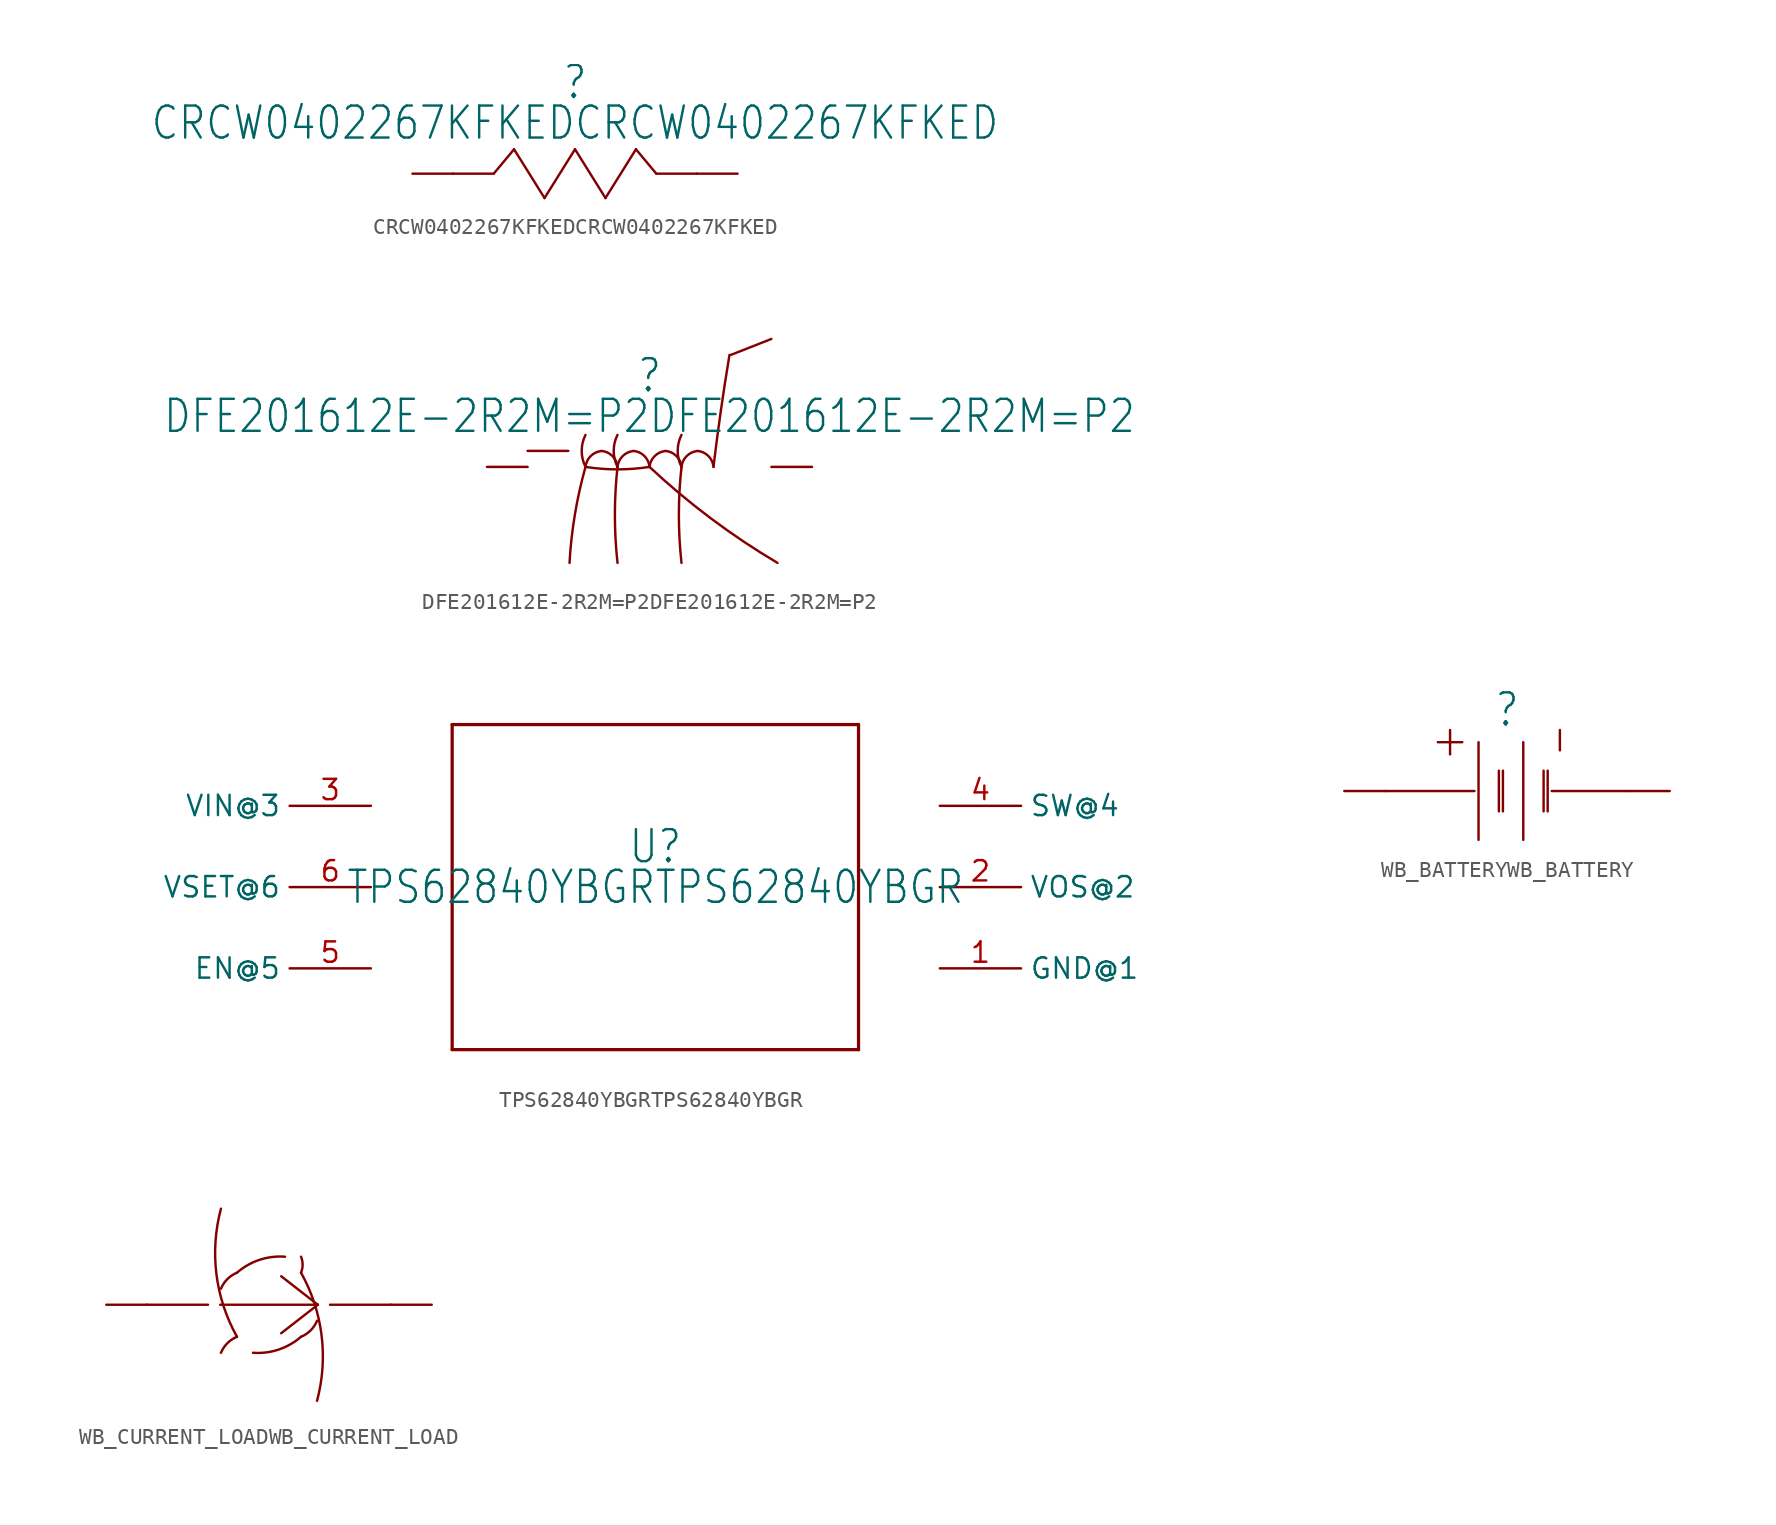
<source format=kicad_sym>
(kicad_symbol_lib
  (version 20211014)
  (generator kicad_symbol_editor)
  (symbol "CRCW0402267KFKEDCRCW0402267KFKED"
    (property "Reference" ""
      (at 0 5.715 0)
      (effects (font (size 2 1.7))))
    (property "Value" "CRCW0402267KFKEDCRCW0402267KFKED"
      (at 0 3.175 0)
      (effects (font (size 2 1.7))))
    (property "ki_locked" ""
      (at 0 0 0)
      (effects (font (size 1.27 1.27))))
    (symbol "CRCW0402267KFKEDCRCW0402267KFKED_1_0"
      (polyline (pts (xy -5.08 0) (xy -7.62 0)) (stroke (width 0.152) (type default) (color 0 0 0 0)) (fill (type none)))
      (polyline (pts (xy -3.81 1.524) (xy -5.08 0)) (stroke (width 0.152) (type default) (color 0 0 0 0)) (fill (type none)))
      (polyline (pts (xy -1.905 -1.524) (xy -3.81 1.524)) (stroke (width 0.152) (type default) (color 0 0 0 0)) (fill (type none)))
      (polyline (pts (xy 0 1.524) (xy -1.905 -1.524)) (stroke (width 0.152) (type default) (color 0 0 0 0)) (fill (type none)))
      (polyline (pts (xy 1.905 -1.524) (xy 0 1.524)) (stroke (width 0.152) (type default) (color 0 0 0 0)) (fill (type none)))
      (polyline (pts (xy 3.81 1.524) (xy 1.905 -1.524)) (stroke (width 0.152) (type default) (color 0 0 0 0)) (fill (type none)))
      (polyline (pts (xy 5.08 0) (xy 3.81 1.524)) (stroke (width 0.152) (type default) (color 0 0 0 0)) (fill (type none)))
      (polyline (pts (xy 7.62 0) (xy 5.08 0)) (stroke (width 0.152) (type default) (color 0 0 0 0)) (fill (type none)))
      (pin passive line (at 7.62 0 0) (length 2.54) (name "1@1" (effects (font (size 0 0)))) (number "1" (effects (font (size 0 0)))))
      (pin passive line (at -7.62 0 180) (length 2.54) (name "2@2" (effects (font (size 0 0)))) (number "2" (effects (font (size 0 0)))))))
  (symbol "DFE201612E-2R2M=P2DFE201612E-2R2M=P2"
    (property "Reference" ""
      (at 0 5.715 0)
      (effects (font (size 2 1.7))))
    (property "Value" "DFE201612E-2R2M=P2DFE201612E-2R2M=P2"
      (at 0 3.175 0)
      (effects (font (size 2 1.7))))
    (property "ki_locked" ""
      (at 0 0 0)
      (effects (font (size 1.27 1.27))))
    (symbol "DFE201612E-2R2M=P2DFE201612E-2R2M=P2_1_0"
      (arc (start -4 0) (mid -4.6635 -2.9728) (end -5 -6) (stroke (width 0.1524) (type default) (color 0 0 0 0)) (fill (type none)))
      (arc (start -3.9999 0) (mid -1.9999 -0.1545) (end 0 0) (stroke (width 0.1524) (type default) (color 0 0 0 0)) (fill (type none)))
      (arc (start -4 1.9999) (mid -4.2376 0.9999) (end -3.9999 0) (stroke (width 0.1524) (type default) (color 0 0 0 0)) (fill (type none)))
      (arc (start -3 0.9999) (mid -3.6785 0.6785) (end -3.9999 0) (stroke (width 0.1524) (type default) (color 0 0 0 0)) (fill (type none)))
      (arc (start -2 0) (mid -2.3192 0.6808) (end -3 1) (stroke (width 0.1524) (type default) (color 0 0 0 0)) (fill (type none)))
      (arc (start -2 0) (mid -2.1634 -3) (end -1.9999 -5.9999) (stroke (width 0.1524) (type default) (color 0 0 0 0)) (fill (type none)))
      (arc (start -2 2) (mid -2.2376 1) (end -2 0) (stroke (width 0.1524) (type default) (color 0 0 0 0)) (fill (type none)))
      (arc (start -0.9999 0.9999) (mid -1.6785 0.6785) (end -2 0) (stroke (width 0.1524) (type default) (color 0 0 0 0)) (fill (type none)))
      (arc (start 0 0) (mid -0.3192 0.6808) (end -1 1) (stroke (width 0.1524) (type default) (color 0 0 0 0)) (fill (type none)))
      (polyline (pts (xy -7.62 1) (xy -5.08 1)) (stroke (width 0.152) (type default) (color 0 0 0 0)) (fill (type none)))
      (polyline (pts (xy 5.08 7) (xy 7.62 8)) (stroke (width 0.152) (type default) (color 0 0 0 0)) (fill (type none)))
      (arc (start 0 0) (mid 3.8365 -3.218) (end 7.9999 -6) (stroke (width 0.1524) (type default) (color 0 0 0 0)) (fill (type none)))
      (arc (start 1 0.9999) (mid 0.3214 0.6786) (end 0 0) (stroke (width 0.1524) (type default) (color 0 0 0 0)) (fill (type none)))
      (arc (start 1.9999 0) (mid 1.6808 0.6808) (end 1 1) (stroke (width 0.1524) (type default) (color 0 0 0 0)) (fill (type none)))
      (arc (start 2 0) (mid 1.8365 -3) (end 1.9999 -6) (stroke (width 0.1524) (type default) (color 0 0 0 0)) (fill (type none)))
      (arc (start 2 1.9999) (mid 1.7623 0.9999) (end 2 0) (stroke (width 0.1524) (type default) (color 0 0 0 0)) (fill (type none)))
      (arc (start 2.0507 -0.1521) (mid 2.0253 -0.1501) (end 1.9999 -0.1521) (stroke (width 0.0001) (type default) (color 0 0 0 0)) (fill (type outline)))
      (arc (start 3 0.9999) (mid 2.3214 0.6786) (end 2 0) (stroke (width 0.1524) (type default) (color 0 0 0 0)) (fill (type none)))
      (arc (start 3.9999 0) (mid 3.6808 0.6808) (end 3 1) (stroke (width 0.1524) (type default) (color 0 0 0 0)) (fill (type none)))
      (arc (start 4.9999 7) (mid 4.4589 3.5059) (end 3.9999 0) (stroke (width 0.1524) (type default) (color 0 0 0 0)) (fill (type none)))
      (pin passive line (at 7.62 0 0) (length 2.54) (name "1@1" (effects (font (size 0 0)))) (number "1" (effects (font (size 0 0)))))
      (pin passive line (at -7.62 0 180) (length 2.54) (name "2@2" (effects (font (size 0 0)))) (number "2" (effects (font (size 0 0)))))))
  (symbol "TPS62840YBGRTPS62840YBGR"
    (property "Reference" "U"
      (at 0 2.54 0)
      (effects (font (size 2 1.7))))
    (property "Value" "TPS62840YBGRTPS62840YBGR"
      (at 0 0 0)
      (effects (font (size 2 1.7))))
    (property "ki_locked" ""
      (at 0 0 0)
      (effects (font (size 1.27 1.27))))
    (symbol "TPS62840YBGRTPS62840YBGR_1_0"
      (polyline (pts (xy -12.7 -10.16) (xy 12.7 -10.16)) (stroke (width 0.203) (type default) (color 0 0 0 0)) (fill (type none)))
      (polyline (pts (xy -12.7 10.16) (xy -12.7 -10.16)) (stroke (width 0.203) (type default) (color 0 0 0 0)) (fill (type none)))
      (polyline (pts (xy 12.7 -10.16) (xy 12.7 10.16)) (stroke (width 0.203) (type default) (color 0 0 0 0)) (fill (type none)))
      (polyline (pts (xy 12.7 10.16) (xy -12.7 10.16)) (stroke (width 0.203) (type default) (color 0 0 0 0)) (fill (type none)))
      (pin power_in line (at 17.78 -5.08 0) (length 5.08) (name "GND@1" (effects (font (size 1.27 1.27)))) (number "1" (effects (font (size 1.27 1.27)))))
      (pin input line (at 17.78 0 0) (length 5.08) (name "VOS@2" (effects (font (size 1.27 1.27)))) (number "2" (effects (font (size 1.27 1.27)))))
      (pin power_in line (at -17.78 5.08 180) (length 5.08) (name "VIN@3" (effects (font (size 1.27 1.27)))) (number "3" (effects (font (size 1.27 1.27)))))
      (pin power_in line (at 17.78 5.08 0) (length 5.08) (name "SW@4" (effects (font (size 1.27 1.27)))) (number "4" (effects (font (size 1.27 1.27)))))
      (pin input line (at -17.78 -5.08 180) (length 5.08) (name "EN@5" (effects (font (size 1.27 1.27)))) (number "5" (effects (font (size 1.27 1.27)))))
      (pin input line (at -17.78 0 180) (length 5.08) (name "VSET@6" (effects (font (size 1.27 1.27)))) (number "6" (effects (font (size 1.27 1.27)))))))
  (symbol "WB_BATTERYWB_BATTERY"
    (property "Reference" ""
      (at 0 5.08 0)
      (effects (font (size 2 1.7))))
    (property "ki_locked" ""
      (at 0 0 0)
      (effects (font (size 1.27 1.27))))
    (symbol "WB_BATTERYWB_BATTERY_1_0"
      (polyline (pts (xy -3.556 2.286) (xy -3.556 3.81)) (stroke (width 0.152) (type default) (color 0 0 0 0)) (fill (type none)))
      (polyline (pts (xy -2.794 3.048) (xy -4.318 3.048)) (stroke (width 0.152) (type default) (color 0 0 0 0)) (fill (type none)))
      (polyline (pts (xy -2.032 0) (xy -7.62 0)) (stroke (width 0.152) (type default) (color 0 0 0 0)) (fill (type none)))
      (polyline (pts (xy -1.778 -3.048) (xy -1.778 3.048)) (stroke (width 0.152) (type default) (color 0 0 0 0)) (fill (type none)))
      (polyline (pts (xy -0.508 -1.27) (xy -0.508 1.27)) (stroke (width 0.152) (type default) (color 0 0 0 0)) (fill (type none)))
      (polyline (pts (xy -0.254 -1.27) (xy -0.254 1.27)) (stroke (width 0.152) (type default) (color 0 0 0 0)) (fill (type none)))
      (polyline (pts (xy 1.016 -3.048) (xy 1.016 3.048)) (stroke (width 0.152) (type default) (color 0 0 0 0)) (fill (type none)))
      (polyline (pts (xy 2.286 -1.27) (xy 2.286 1.27)) (stroke (width 0.152) (type default) (color 0 0 0 0)) (fill (type none)))
      (polyline (pts (xy 2.54 -1.27) (xy 2.54 1.27)) (stroke (width 0.152) (type default) (color 0 0 0 0)) (fill (type none)))
      (polyline (pts (xy 3.302 2.54) (xy 3.302 3.81)) (stroke (width 0.152) (type default) (color 0 0 0 0)) (fill (type none)))
      (polyline (pts (xy 7.62 0) (xy 2.794 0)) (stroke (width 0.152) (type default) (color 0 0 0 0)) (fill (type none)))
      (pin passive line (at -7.62 0 180) (length 2.54) (name "+@1" (effects (font (size 0 0)))) (number "1" (effects (font (size 0 0)))))
      (pin passive line (at 7.62 0 0) (length 2.54) (name "-@2" (effects (font (size 0 0)))) (number "2" (effects (font (size 0 0)))))))
  (symbol "WB_CURRENT_LOADWB_CURRENT_LOAD"
    (property "Reference" ""
      (at 0 0 0)
      (effects (font (size 1.27 1.27)) hide))
    (property "ki_locked" ""
      (at 0 0 0)
      (effects (font (size 1.27 1.27))))
    (symbol "WB_CURRENT_LOADWB_CURRENT_LOAD_1_0"
      (arc (start -3 6) (mid -3.2822 1.9022) (end -1.9999 -2) (stroke (width 0.1524) (type default) (color 0 0 0 0)) (fill (type none)))
      (arc (start -1.9998 -1.9999) (mid -2.5989 -2.4009) (end -2.9999 -3) (stroke (width 0.1524) (type default) (color 0 0 0 0)) (fill (type none)))
      (arc (start -2 1.9999) (mid -2.6007 1.6007) (end -2.9999 0.9999) (stroke (width 0.1524) (type default) (color 0 0 0 0)) (fill (type none)))
      (arc (start -0.9999 -2.9999) (mid 0.6003 -2.8009) (end 1.9999 -1.9999) (stroke (width 0.1524) (type default) (color 0 0 0 0)) (fill (type none)))
      (polyline (pts (xy -3.81 0) (xy -7.62 0)) (stroke (width 0.152) (type default) (color 0 0 0 0)) (fill (type none)))
      (polyline (pts (xy 0.762 -1.778) (xy 3.048 0)) (stroke (width 0.152) (type default) (color 0 0 0 0)) (fill (type none)))
      (polyline (pts (xy 0.762 1.778) (xy 3.048 0)) (stroke (width 0.152) (type default) (color 0 0 0 0)) (fill (type none)))
      (polyline (pts (xy 3.048 0) (xy -3.048 0)) (stroke (width 0.152) (type default) (color 0 0 0 0)) (fill (type none)))
      (polyline (pts (xy 7.62 0) (xy 3.81 0)) (stroke (width 0.152) (type default) (color 0 0 0 0)) (fill (type none)))
      (arc (start 0.9999 2.9999) (mid -0.6003 2.8009) (end -1.9999 1.9999) (stroke (width 0.1524) (type default) (color 0 0 0 0)) (fill (type none)))
      (arc (start 2 -1.9999) (mid 2.6007 -1.6007) (end 2.9999 -0.9999) (stroke (width 0.1524) (type default) (color 0 0 0 0)) (fill (type none)))
      (arc (start 1.9999 1.9999) (mid 2.0989 2.4999) (end 1.9999 3) (stroke (width 0.1524) (type default) (color 0 0 0 0)) (fill (type none)))
      (arc (start 3 -6) (mid 3.2822 -1.9022) (end 1.9999 2) (stroke (width 0.1524) (type default) (color 0 0 0 0)) (fill (type none)))
      (pin passive line (at -7.62 0 180) (length 2.54) (name "+@1" (effects (font (size 0 0)))) (number "1" (effects (font (size 0 0)))))
      (pin passive line (at 7.62 0 0) (length 2.54) (name "-@2" (effects (font (size 0 0)))) (number "2" (effects (font (size 0 0))))))))
</source>
